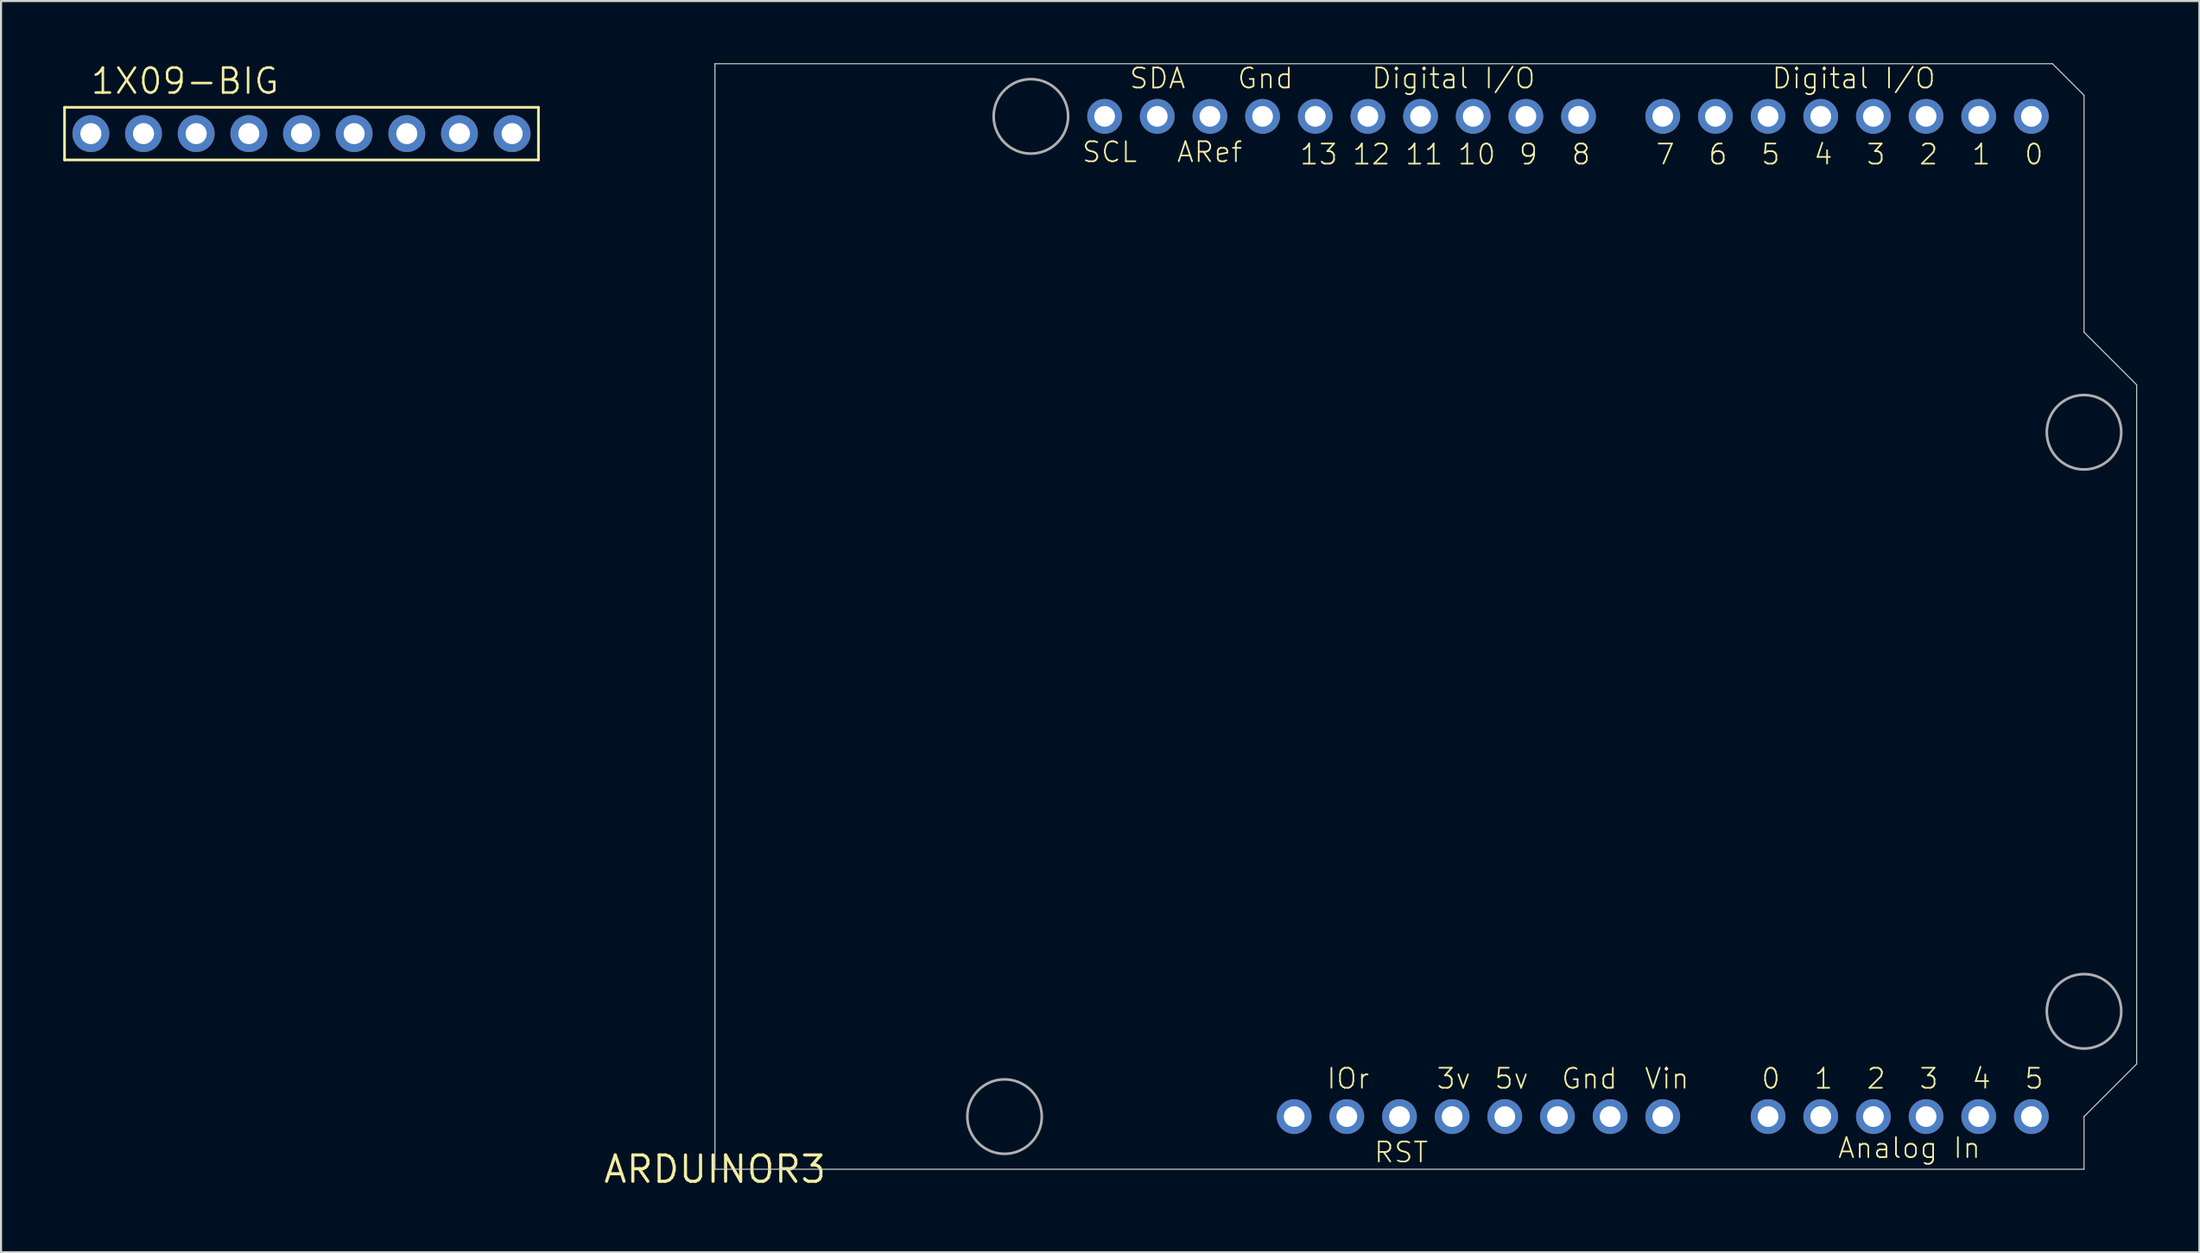
<source format=kicad_pcb>
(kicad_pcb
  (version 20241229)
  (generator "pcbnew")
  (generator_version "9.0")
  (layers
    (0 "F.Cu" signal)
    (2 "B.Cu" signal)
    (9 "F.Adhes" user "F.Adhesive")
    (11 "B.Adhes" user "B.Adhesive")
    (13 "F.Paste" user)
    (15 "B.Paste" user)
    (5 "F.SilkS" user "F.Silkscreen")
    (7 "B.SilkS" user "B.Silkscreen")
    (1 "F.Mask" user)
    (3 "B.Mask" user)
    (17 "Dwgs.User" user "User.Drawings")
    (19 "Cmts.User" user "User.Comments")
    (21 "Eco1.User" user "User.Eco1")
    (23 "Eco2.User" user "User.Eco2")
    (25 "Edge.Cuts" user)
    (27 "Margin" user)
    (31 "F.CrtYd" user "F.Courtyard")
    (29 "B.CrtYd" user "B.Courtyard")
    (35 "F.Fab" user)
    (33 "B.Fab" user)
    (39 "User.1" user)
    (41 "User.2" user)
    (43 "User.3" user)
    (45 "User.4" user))
  (footprint "1X09-BIG"
    (layer "F.Cu")
    (at 11.493 3.397)
    (property "Reference" "1X09-BIG" (at -10.236 -1.829 0) (layer "F.SilkS") (effects (font (size 1.206 1.206) (thickness 0.121)) (justify left bottom)))
    (attr through_hole)
    (fp_line (start -11.43 -1.27) (end 11.43 -1.27) (stroke (width 0.127) (type solid)) (layer "F.SilkS"))
    (fp_line (start -11.43 1.27) (end -11.43 -1.27) (stroke (width 0.127) (type solid)) (layer "F.SilkS"))
    (fp_line (start 11.43 -1.27) (end 11.43 1.27) (stroke (width 0.127) (type solid)) (layer "F.SilkS"))
    (fp_line (start 11.43 1.27) (end -11.43 1.27) (stroke (width 0.127) (type solid)) (layer "F.SilkS"))
    (fp_poly (pts (xy -10.414 0.254) (xy -9.906 0.254) (xy -9.906 -0.254) (xy -10.414 -0.254)) (stroke (width 0.1) (type solid)) (fill no) (layer "F.Fab"))
    (fp_poly (pts (xy -7.874 0.254) (xy -7.366 0.254) (xy -7.366 -0.254) (xy -7.874 -0.254)) (stroke (width 0.1) (type solid)) (fill no) (layer "F.Fab"))
    (fp_poly (pts (xy -5.334 0.254) (xy -4.826 0.254) (xy -4.826 -0.254) (xy -5.334 -0.254)) (stroke (width 0.1) (type solid)) (fill no) (layer "F.Fab"))
    (fp_poly (pts (xy -2.794 0.254) (xy -2.286 0.254) (xy -2.286 -0.254) (xy -2.794 -0.254)) (stroke (width 0.1) (type solid)) (fill no) (layer "F.Fab"))
    (fp_poly (pts (xy -0.254 0.254) (xy 0.254 0.254) (xy 0.254 -0.254) (xy -0.254 -0.254)) (stroke (width 0.1) (type solid)) (fill no) (layer "F.Fab"))
    (fp_poly (pts (xy 2.286 0.254) (xy 2.794 0.254) (xy 2.794 -0.254) (xy 2.286 -0.254)) (stroke (width 0.1) (type solid)) (fill no) (layer "F.Fab"))
    (fp_poly (pts (xy 4.826 0.254) (xy 5.334 0.254) (xy 5.334 -0.254) (xy 4.826 -0.254)) (stroke (width 0.1) (type solid)) (fill no) (layer "F.Fab"))
    (fp_poly (pts (xy 7.366 0.254) (xy 7.874 0.254) (xy 7.874 -0.254) (xy 7.366 -0.254)) (stroke (width 0.1) (type solid)) (fill no) (layer "F.Fab"))
    (fp_poly (pts (xy 9.906 0.254) (xy 10.414 0.254) (xy 10.414 -0.254) (xy 9.906 -0.254)) (stroke (width 0.1) (type solid)) (fill no) (layer "F.Fab"))
    (pad "1" thru_hole circle (at -10.16 0 90) (size 1.778 1.778) (drill 1.016) (layers "*.Cu" "*.Mask"))
    (pad "2" thru_hole circle (at -7.62 0 90) (size 1.778 1.778) (drill 1.016) (layers "*.Cu" "*.Mask"))
    (pad "3" thru_hole circle (at -5.08 0 90) (size 1.778 1.778) (drill 1.016) (layers "*.Cu" "*.Mask"))
    (pad "4" thru_hole circle (at -2.54 0 90) (size 1.778 1.778) (drill 1.016) (layers "*.Cu" "*.Mask"))
    (pad "5" thru_hole circle (at 0 0 90) (size 1.778 1.778) (drill 1.016) (layers "*.Cu" "*.Mask"))
    (pad "6" thru_hole circle (at 2.54 0 90) (size 1.778 1.778) (drill 1.016) (layers "*.Cu" "*.Mask"))
    (pad "7" thru_hole circle (at 5.08 0 90) (size 1.778 1.778) (drill 1.016) (layers "*.Cu" "*.Mask"))
    (pad "8" thru_hole circle (at 7.62 0 90) (size 1.778 1.778) (drill 1.016) (layers "*.Cu" "*.Mask"))
    (pad "9" thru_hole circle (at 10.16 0 90) (size 1.778 1.778) (drill 1.016) (layers "*.Cu" "*.Mask")))
  (footprint "ARDUINOR3"
    (layer "F.Cu")
    (at 31.437 53.365)
    (property "Reference" "ARDUINOR3" (at 0 0 0) (layer "F.SilkS") (effects (font (size 1.27 1.27) (thickness 0.15))))
    (attr through_hole)
    (fp_line (start 0 -53.34) (end 0 0) (stroke (width 0.05) (type solid)) (layer "Edge.Cuts"))
    (fp_line (start 0 0) (end 66.04 0) (stroke (width 0.05) (type solid)) (layer "Edge.Cuts"))
    (fp_line (start 64.516 -53.34) (end 0 -53.34) (stroke (width 0.05) (type solid)) (layer "Edge.Cuts"))
    (fp_line (start 66.04 -51.816) (end 64.516 -53.34) (stroke (width 0.05) (type solid)) (layer "Edge.Cuts"))
    (fp_line (start 66.04 -40.386) (end 66.04 -51.816) (stroke (width 0.05) (type solid)) (layer "Edge.Cuts"))
    (fp_line (start 66.04 -2.54) (end 68.58 -5.08) (stroke (width 0.05) (type solid)) (layer "Edge.Cuts"))
    (fp_line (start 66.04 0) (end 66.04 -2.54) (stroke (width 0.05) (type solid)) (layer "Edge.Cuts"))
    (fp_line (start 68.58 -37.846) (end 66.04 -40.386) (stroke (width 0.05) (type solid)) (layer "Edge.Cuts"))
    (fp_line (start 68.58 -5.08) (end 68.58 -37.846) (stroke (width 0.05) (type solid)) (layer "Edge.Cuts"))
    (fp_circle (center 13.97 -2.54) (end 15.766 -2.54) (stroke (width 0.127) (type solid)) (fill no) (layer "F.Fab"))
    (fp_circle (center 15.24 -50.8) (end 17.036 -50.8) (stroke (width 0.127) (type solid)) (fill no) (layer "F.Fab"))
    (fp_circle (center 66.04 -35.56) (end 67.836 -35.56) (stroke (width 0.127) (type solid)) (fill no) (layer "F.Fab"))
    (fp_circle (center 66.04 -7.62) (end 67.836 -7.62) (stroke (width 0.127) (type solid)) (fill no) (layer "F.Fab"))
    (fp_text user "9" (at 39.751 -49.53 0) (layer "F.SilkS") (effects (font (size 0.965 0.965) (thickness 0.081)) (justify right top)))
    (fp_text user "3" (at 56.515 -49.53 0) (layer "F.SilkS") (effects (font (size 0.965 0.965) (thickness 0.081)) (justify right top)))
    (fp_text user "Digital I/O" (at 50.927 -52.07 0) (layer "F.SilkS") (effects (font (size 0.965 0.965) (thickness 0.081)) (justify left bottom)))
    (fp_text user "5v" (at 37.546 -3.81 0) (layer "F.SilkS") (effects (font (size 0.965 0.965) (thickness 0.081)) (justify left bottom)))
    (fp_text user "Vin" (at 44.785 -3.81 0) (layer "F.SilkS") (effects (font (size 0.965 0.965) (thickness 0.081)) (justify left bottom)))
    (fp_text user "4" (at 60.579 -3.81 0) (layer "F.SilkS") (effects (font (size 0.965 0.965) (thickness 0.081)) (justify left bottom)))
    (fp_text user "Gnd" (at 40.777 -3.81 0) (layer "F.SilkS") (effects (font (size 0.965 0.965) (thickness 0.081)) (justify left bottom)))
    (fp_text user "0" (at 50.419 -3.81 0) (layer "F.SilkS") (effects (font (size 0.965 0.965) (thickness 0.081)) (justify left bottom)))
    (fp_text user "5" (at 51.435 -49.53 0) (layer "F.SilkS") (effects (font (size 0.965 0.965) (thickness 0.081)) (justify right top)))
    (fp_text user "8" (at 42.291 -49.53 0) (layer "F.SilkS") (effects (font (size 0.965 0.965) (thickness 0.081)) (justify right top)))
    (fp_text user "3" (at 58.039 -3.81 0) (layer "F.SilkS") (effects (font (size 0.965 0.965) (thickness 0.081)) (justify left bottom)))
    (fp_text user "ARef" (at 22.225 -48.514 0) (layer "F.SilkS") (effects (font (size 0.965 0.965) (thickness 0.081)) (justify left bottom)))
    (fp_text user "Digital I/O" (at 31.623 -52.07 0) (layer "F.SilkS") (effects (font (size 0.965 0.965) (thickness 0.081)) (justify left bottom)))
    (fp_text user "RST" (at 31.74 -0.254 0) (layer "F.SilkS") (effects (font (size 0.965 0.965) (thickness 0.081)) (justify left bottom)))
    (fp_text user "13" (at 30.099 -49.53 0) (layer "F.SilkS") (effects (font (size 0.965 0.965) (thickness 0.081)) (justify right top)))
    (fp_text user "SDA" (at 19.939 -52.07 0) (layer "F.SilkS") (effects (font (size 0.965 0.965) (thickness 0.081)) (justify left bottom)))
    (fp_text user "5" (at 63.119 -3.81 0) (layer "F.SilkS") (effects (font (size 0.965 0.965) (thickness 0.081)) (justify left bottom)))
    (fp_text user "12" (at 32.639 -49.53 0) (layer "F.SilkS") (effects (font (size 0.965 0.965) (thickness 0.081)) (justify right top)))
    (fp_text user "Analog In" (at 54.112 -0.462 0) (layer "F.SilkS") (effects (font (size 0.965 0.965) (thickness 0.081)) (justify left bottom)))
    (fp_text user "2" (at 55.499 -3.81 0) (layer "F.SilkS") (effects (font (size 0.965 0.965) (thickness 0.081)) (justify left bottom)))
    (fp_text user "3v" (at 34.752 -3.81 0) (layer "F.SilkS") (effects (font (size 0.965 0.965) (thickness 0.081)) (justify left bottom)))
    (fp_text user "Gnd" (at 25.146 -52.07 0) (layer "F.SilkS") (effects (font (size 0.965 0.965) (thickness 0.081)) (justify left bottom)))
    (fp_text user "1" (at 52.959 -3.81 0) (layer "F.SilkS") (effects (font (size 0.965 0.965) (thickness 0.081)) (justify left bottom)))
    (fp_text user "IOr" (at 29.454 -3.81 0) (layer "F.SilkS") (effects (font (size 0.965 0.965) (thickness 0.081)) (justify left bottom)))
    (fp_text user "0" (at 64.135 -49.53 0) (layer "F.SilkS") (effects (font (size 0.965 0.965) (thickness 0.081)) (justify right top)))
    (fp_text user "4" (at 53.975 -49.53 0) (layer "F.SilkS") (effects (font (size 0.965 0.965) (thickness 0.081)) (justify right top)))
    (fp_text user "10" (at 37.719 -49.53 0) (layer "F.SilkS") (effects (font (size 0.965 0.965) (thickness 0.081)) (justify right top)))
    (fp_text user "6" (at 48.895 -49.53 0) (layer "F.SilkS") (effects (font (size 0.965 0.965) (thickness 0.081)) (justify right top)))
    (fp_text user "7" (at 46.355 -49.53 0) (layer "F.SilkS") (effects (font (size 0.965 0.965) (thickness 0.081)) (justify right top)))
    (fp_text user "11" (at 35.179 -49.53 0) (layer "F.SilkS") (effects (font (size 0.965 0.965) (thickness 0.081)) (justify right top)))
    (fp_text user "SCL" (at 17.653 -48.514 0) (layer "F.SilkS") (effects (font (size 0.965 0.965) (thickness 0.081)) (justify left bottom)))
    (fp_text user "2" (at 59.055 -49.53 0) (layer "F.SilkS") (effects (font (size 0.965 0.965) (thickness 0.081)) (justify right top)))
    (fp_text user "1" (at 61.595 -49.53 0) (layer "F.SilkS") (effects (font (size 0.965 0.965) (thickness 0.081)) (justify right top)))
    (pad "3V" thru_hole circle (at 35.56 -2.54) (size 1.676 1.676) (drill 1) (layers "*.Cu" "*.Mask"))
    (pad "5V" thru_hole circle (at 38.1 -2.54) (size 1.676 1.676) (drill 1) (layers "*.Cu" "*.Mask"))
    (pad "A0" thru_hole circle (at 50.8 -2.54) (size 1.676 1.676) (drill 1) (layers "*.Cu" "*.Mask"))
    (pad "A1" thru_hole circle (at 53.34 -2.54) (size 1.676 1.676) (drill 1) (layers "*.Cu" "*.Mask"))
    (pad "A2" thru_hole circle (at 55.88 -2.54) (size 1.676 1.676) (drill 1) (layers "*.Cu" "*.Mask"))
    (pad "A3" thru_hole circle (at 58.42 -2.54) (size 1.676 1.676) (drill 1) (layers "*.Cu" "*.Mask"))
    (pad "A4" thru_hole circle (at 60.96 -2.54) (size 1.676 1.676) (drill 1) (layers "*.Cu" "*.Mask"))
    (pad "A5" thru_hole circle (at 63.5 -2.54) (size 1.676 1.676) (drill 1) (layers "*.Cu" "*.Mask"))
    (pad "AREF" thru_hole circle (at 23.876 -50.8) (size 1.676 1.676) (drill 1) (layers "*.Cu" "*.Mask"))
    (pad "D0" thru_hole circle (at 63.5 -50.8) (size 1.676 1.676) (drill 1) (layers "*.Cu" "*.Mask"))
    (pad "D1" thru_hole circle (at 60.96 -50.8) (size 1.676 1.676) (drill 1) (layers "*.Cu" "*.Mask"))
    (pad "D2" thru_hole circle (at 58.42 -50.8) (size 1.676 1.676) (drill 1) (layers "*.Cu" "*.Mask"))
    (pad "D3" thru_hole circle (at 55.88 -50.8) (size 1.676 1.676) (drill 1) (layers "*.Cu" "*.Mask"))
    (pad "D4" thru_hole circle (at 53.34 -50.8) (size 1.676 1.676) (drill 1) (layers "*.Cu" "*.Mask"))
    (pad "D5" thru_hole circle (at 50.8 -50.8) (size 1.676 1.676) (drill 1) (layers "*.Cu" "*.Mask"))
    (pad "D6" thru_hole circle (at 48.26 -50.8) (size 1.676 1.676) (drill 1) (layers "*.Cu" "*.Mask"))
    (pad "D7" thru_hole circle (at 45.72 -50.8) (size 1.676 1.676) (drill 1) (layers "*.Cu" "*.Mask"))
    (pad "D8" thru_hole circle (at 41.656 -50.8) (size 1.676 1.676) (drill 1) (layers "*.Cu" "*.Mask"))
    (pad "D9" thru_hole circle (at 39.116 -50.8) (size 1.676 1.676) (drill 1) (layers "*.Cu" "*.Mask"))
    (pad "D10" thru_hole circle (at 36.576 -50.8) (size 1.676 1.676) (drill 1) (layers "*.Cu" "*.Mask"))
    (pad "D11" thru_hole circle (at 34.036 -50.8) (size 1.676 1.676) (drill 1) (layers "*.Cu" "*.Mask"))
    (pad "D12" thru_hole circle (at 31.496 -50.8) (size 1.676 1.676) (drill 1) (layers "*.Cu" "*.Mask"))
    (pad "D13" thru_hole circle (at 28.956 -50.8) (size 1.676 1.676) (drill 1) (layers "*.Cu" "*.Mask"))
    (pad "GND" thru_hole circle (at 26.416 -50.8) (size 1.676 1.676) (drill 1) (layers "*.Cu" "*.Mask"))
    (pad "GND1" thru_hole circle (at 43.18 -2.54) (size 1.676 1.676) (drill 1) (layers "*.Cu" "*.Mask"))
    (pad "GND2" thru_hole circle (at 40.64 -2.54) (size 1.676 1.676) (drill 1) (layers "*.Cu" "*.Mask"))
    (pad "IOREF" thru_hole circle (at 30.48 -2.54) (size 1.676 1.676) (drill 1) (layers "*.Cu" "*.Mask"))
    (pad "RESERVED" thru_hole circle (at 27.94 -2.54) (size 1.676 1.676) (drill 1) (layers "*.Cu" "*.Mask"))
    (pad "RESET" thru_hole circle (at 33.02 -2.54) (size 1.676 1.676) (drill 1) (layers "*.Cu" "*.Mask"))
    (pad "SCL" thru_hole circle (at 18.796 -50.8) (size 1.676 1.676) (drill 1) (layers "*.Cu" "*.Mask"))
    (pad "SDA" thru_hole circle (at 21.336 -50.8) (size 1.676 1.676) (drill 1) (layers "*.Cu" "*.Mask"))
    (pad "VIN" thru_hole circle (at 45.72 -2.54) (size 1.676 1.676) (drill 1) (layers "*.Cu" "*.Mask")))
  (gr_rect
    (start -3 -3)
    (end 103.042 57.371)
    (stroke (width 0.1) (type default))
    (fill no)
    (layer "Edge.Cuts")))
</source>
